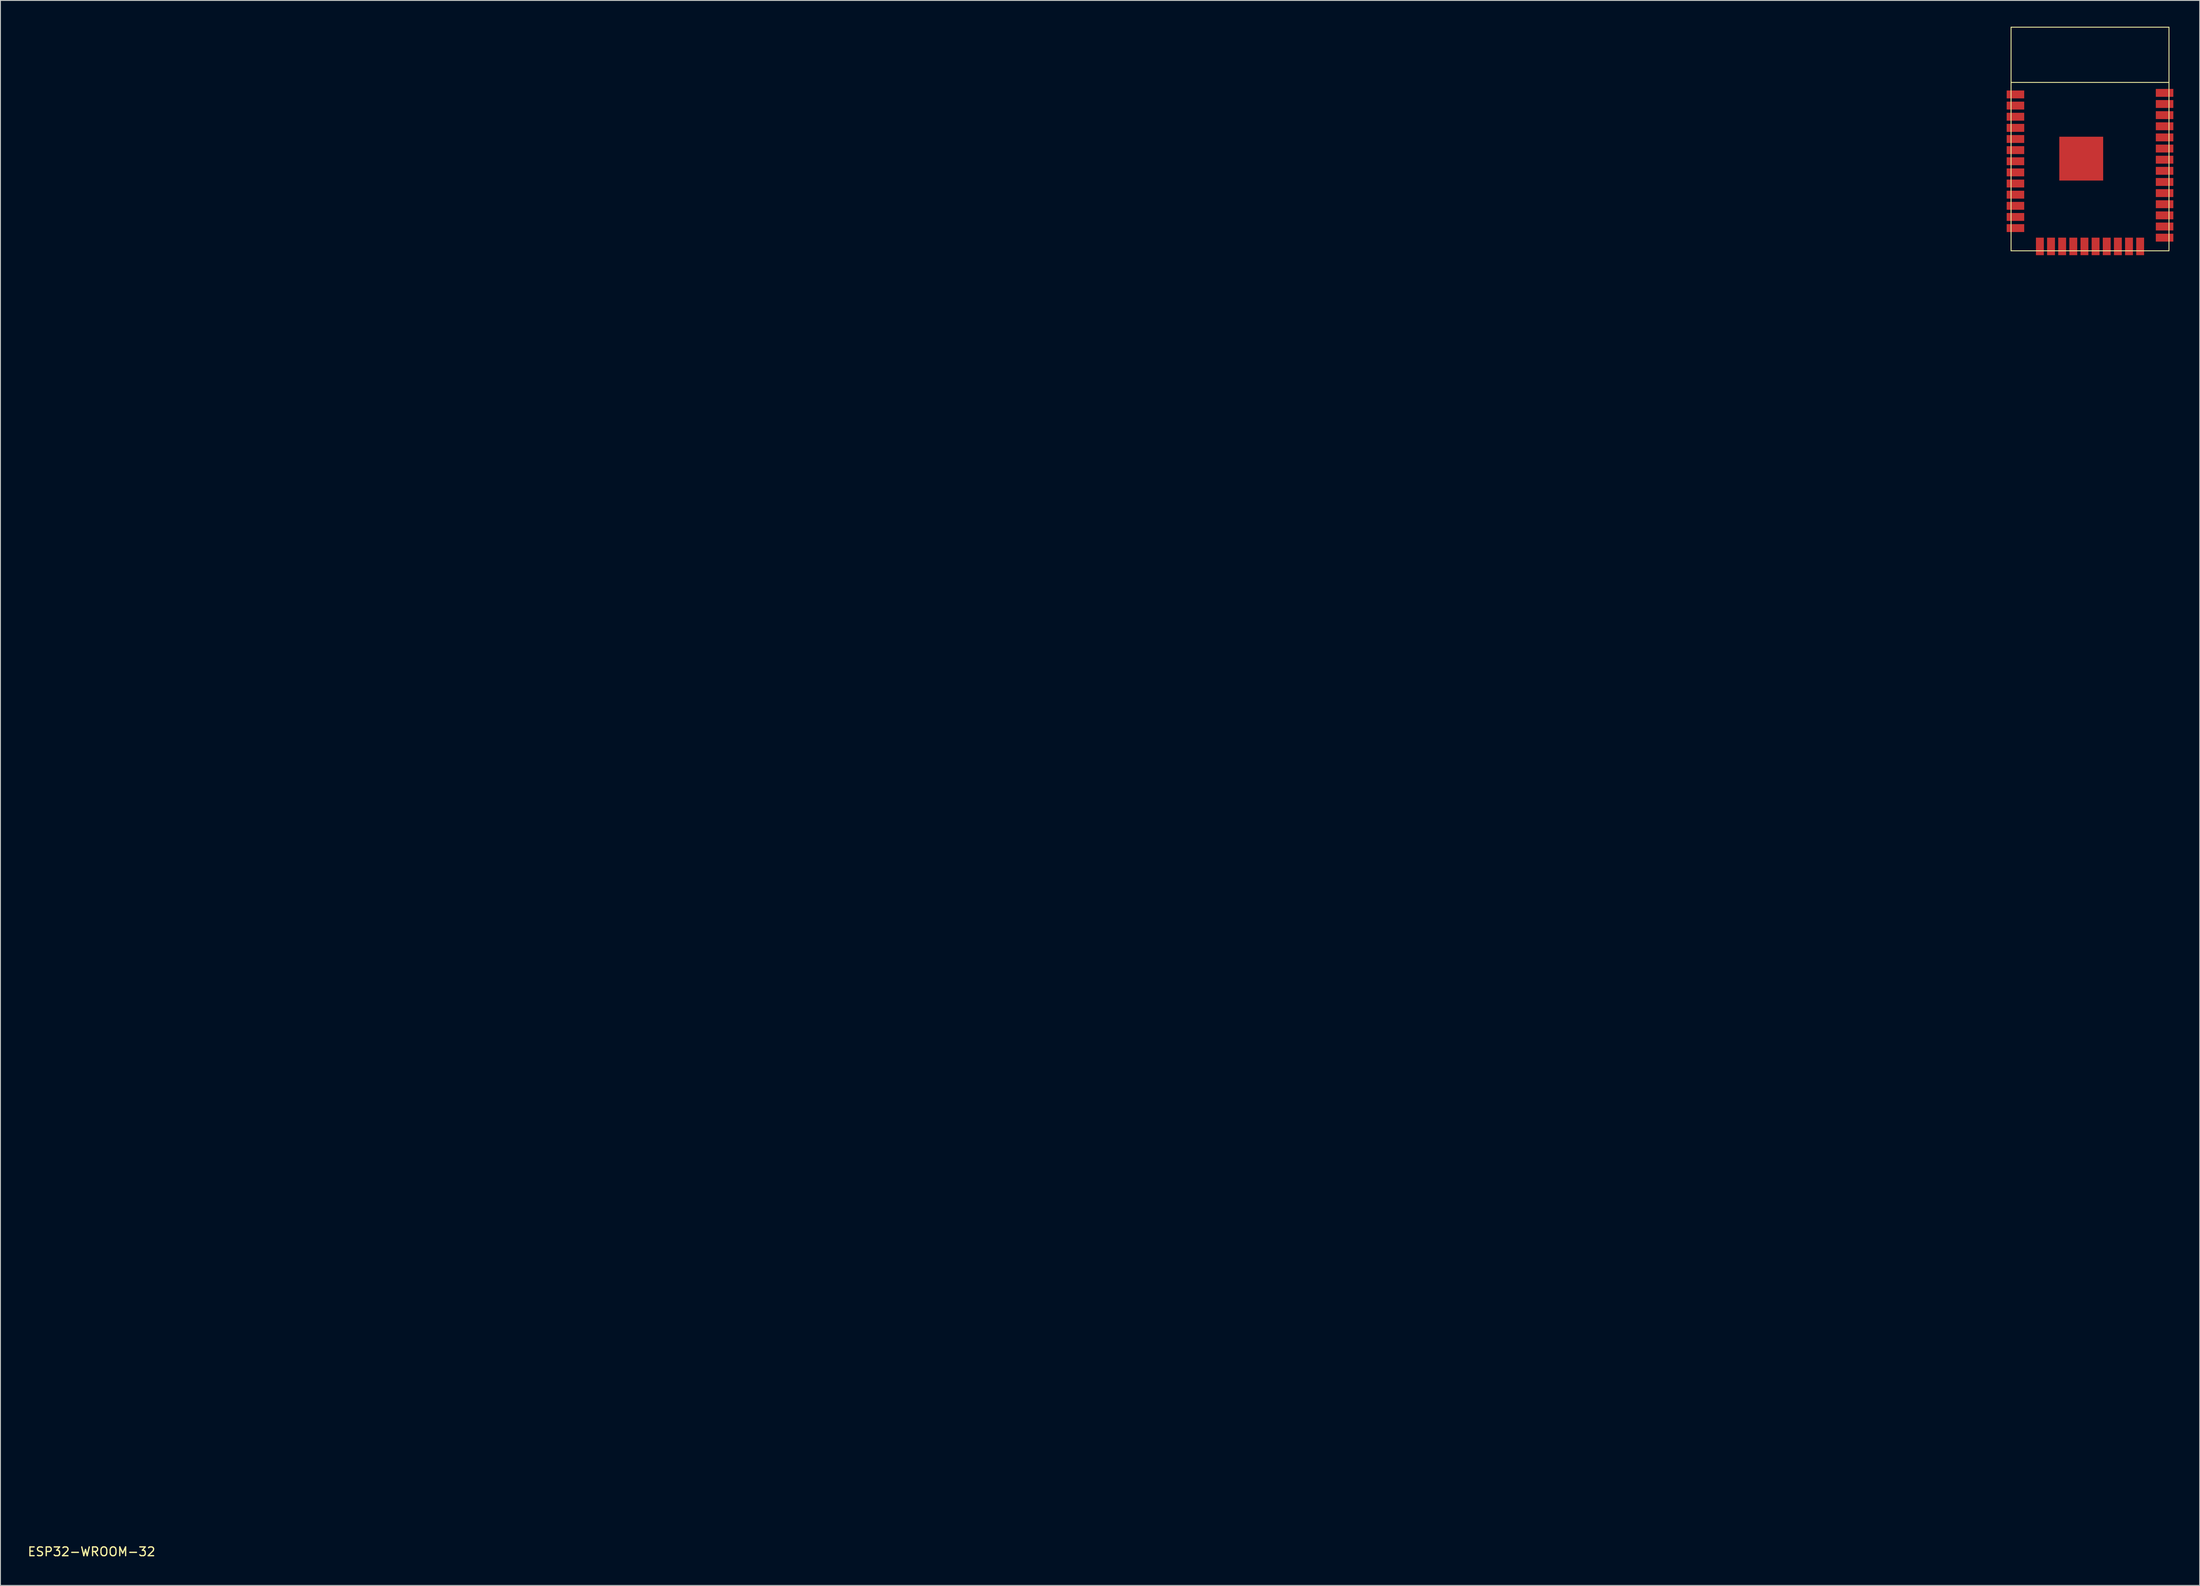
<source format=kicad_pcb>
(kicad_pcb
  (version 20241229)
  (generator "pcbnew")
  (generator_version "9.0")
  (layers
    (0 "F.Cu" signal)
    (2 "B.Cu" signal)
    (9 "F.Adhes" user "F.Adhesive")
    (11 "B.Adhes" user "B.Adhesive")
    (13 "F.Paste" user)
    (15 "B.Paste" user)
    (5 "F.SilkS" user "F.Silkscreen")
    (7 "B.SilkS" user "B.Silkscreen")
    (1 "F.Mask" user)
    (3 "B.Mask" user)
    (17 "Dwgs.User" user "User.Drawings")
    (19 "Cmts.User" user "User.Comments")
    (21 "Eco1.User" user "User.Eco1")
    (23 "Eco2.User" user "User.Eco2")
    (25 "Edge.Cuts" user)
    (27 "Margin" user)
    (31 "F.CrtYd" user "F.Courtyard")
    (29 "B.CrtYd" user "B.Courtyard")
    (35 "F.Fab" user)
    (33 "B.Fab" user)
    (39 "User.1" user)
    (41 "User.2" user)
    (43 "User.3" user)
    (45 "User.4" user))
  (footprint "ESP32-WROOM-32"
    (layer "F.Cu")
    (at 235.187 12.8)
    (property "Reference" "ESP32-WROOM-32" (at -227.8 161.1 0) (layer "F.SilkS") (effects (font (size 1 1) (thickness 0.15))))
    (attr through_hole)
    (fp_line (start -9 -12.75) (end -9 12.75) (stroke (width 0.1) (type solid)) (layer "F.SilkS"))
    (fp_line (start -9 -12.75) (end 9 -12.75) (stroke (width 0.1) (type solid)) (layer "F.SilkS"))
    (fp_line (start -9 -6.45) (end 9 -6.45) (stroke (width 0.1) (type solid)) (layer "F.SilkS"))
    (fp_line (start -9 12.75) (end 9 12.75) (stroke (width 0.1) (type solid)) (layer "F.SilkS"))
    (fp_line (start 9 -12.75) (end 9 12.75) (stroke (width 0.1) (type solid)) (layer "F.SilkS"))
    (pad "1" smd rect (at -8.5 -5.08) (size 2 0.9) (layers "F.Cu" "F.Mask" "F.Paste"))
    (pad "2" smd rect (at -8.5 -3.81) (size 2 0.9) (layers "F.Cu" "F.Mask" "F.Paste"))
    (pad "3" smd rect (at -8.5 -2.54) (size 2 0.9) (layers "F.Cu" "F.Mask" "F.Paste"))
    (pad "4" smd rect (at -8.5 -1.27) (size 2 0.9) (layers "F.Cu" "F.Mask" "F.Paste"))
    (pad "5" smd rect (at -8.5 -1.27) (size 2 0.9) (layers "F.Cu" "F.Mask" "F.Paste"))
    (pad "6" smd rect (at -8.5 0) (size 2 0.9) (layers "F.Cu" "F.Mask" "F.Paste"))
    (pad "7" smd rect (at -8.5 1.27) (size 2 0.9) (layers "F.Cu" "F.Mask" "F.Paste"))
    (pad "8" smd rect (at -8.5 2.54) (size 2 0.9) (layers "F.Cu" "F.Mask" "F.Paste"))
    (pad "9" smd rect (at -8.5 3.81) (size 2 0.9) (layers "F.Cu" "F.Mask" "F.Paste"))
    (pad "10" smd rect (at -8.5 5.08) (size 2 0.9) (layers "F.Cu" "F.Mask" "F.Paste"))
    (pad "11" smd rect (at -8.5 6.35) (size 2 0.9) (layers "F.Cu" "F.Mask" "F.Paste"))
    (pad "12" smd rect (at -8.5 7.62) (size 2 0.9) (layers "F.Cu" "F.Mask" "F.Paste"))
    (pad "13" smd rect (at -8.5 8.89) (size 2 0.9) (layers "F.Cu" "F.Mask" "F.Paste"))
    (pad "14" smd rect (at -8.5 10.16) (size 2 0.9) (layers "F.Cu" "F.Mask" "F.Paste"))
    (pad "15" smd rect (at -5.715 12.25 90) (size 2 0.9) (layers "F.Cu" "F.Mask" "F.Paste"))
    (pad "16" smd rect (at -4.445 12.25 90) (size 2 0.9) (layers "F.Cu" "F.Mask" "F.Paste"))
    (pad "17" smd rect (at -3.175 12.25 90) (size 2 0.9) (layers "F.Cu" "F.Mask" "F.Paste"))
    (pad "18" smd rect (at -1.905 12.25 90) (size 2 0.9) (layers "F.Cu" "F.Mask" "F.Paste"))
    (pad "19" smd rect (at -0.635 12.25 90) (size 2 0.9) (layers "F.Cu" "F.Mask" "F.Paste"))
    (pad "20" smd rect (at 0.635 12.25 90) (size 2 0.9) (layers "F.Cu" "F.Mask" "F.Paste"))
    (pad "21" smd rect (at 1.905 12.25 90) (size 2 0.9) (layers "F.Cu" "F.Mask" "F.Paste"))
    (pad "22" smd rect (at 3.175 12.25 90) (size 2 0.9) (layers "F.Cu" "F.Mask" "F.Paste"))
    (pad "23" smd rect (at 4.445 12.25 90) (size 2 0.9) (layers "F.Cu" "F.Mask" "F.Paste"))
    (pad "24" smd rect (at 5.715 12.25 90) (size 2 0.9) (layers "F.Cu" "F.Mask" "F.Paste"))
    (pad "25" smd rect (at 8.5 11.25 180) (size 2 0.9) (layers "F.Cu" "F.Mask" "F.Paste"))
    (pad "26" smd rect (at 8.5 9.98) (size 2 0.9) (layers "F.Cu" "F.Mask" "F.Paste"))
    (pad "27" smd rect (at 8.5 8.71) (size 2 0.9) (layers "F.Cu" "F.Mask" "F.Paste"))
    (pad "28" smd rect (at 8.5 7.44) (size 2 0.9) (layers "F.Cu" "F.Mask" "F.Paste"))
    (pad "29" smd rect (at 8.5 6.17) (size 2 0.9) (layers "F.Cu" "F.Mask" "F.Paste"))
    (pad "30" smd rect (at 8.5 4.9) (size 2 0.9) (layers "F.Cu" "F.Mask" "F.Paste"))
    (pad "31" smd rect (at 8.5 3.63) (size 2 0.9) (layers "F.Cu" "F.Mask" "F.Paste"))
    (pad "32" smd rect (at 8.5 2.36) (size 2 0.9) (layers "F.Cu" "F.Mask" "F.Paste"))
    (pad "33" smd rect (at 8.5 1.09) (size 2 0.9) (layers "F.Cu" "F.Mask" "F.Paste"))
    (pad "34" smd rect (at 8.5 -0.18) (size 2 0.9) (layers "F.Cu" "F.Mask" "F.Paste"))
    (pad "35" smd rect (at 8.5 -1.45) (size 2 0.9) (layers "F.Cu" "F.Mask" "F.Paste"))
    (pad "36" smd rect (at 8.5 -2.72) (size 2 0.9) (layers "F.Cu" "F.Mask" "F.Paste"))
    (pad "37" smd rect (at 8.5 -3.99) (size 2 0.9) (layers "F.Cu" "F.Mask" "F.Paste"))
    (pad "38" smd rect (at 8.5 -5.26) (size 2 0.9) (layers "F.Cu" "F.Mask" "F.Paste"))
    (pad "39" smd rect (at -1 2.24) (size 5 5) (layers "F.Cu" "F.Mask" "F.Paste")))
  (gr_rect
    (start -3 -3)
    (end 247.687 177.748)
    (stroke (width 0.1) (type default))
    (fill no)
    (layer "Edge.Cuts")))
</source>
